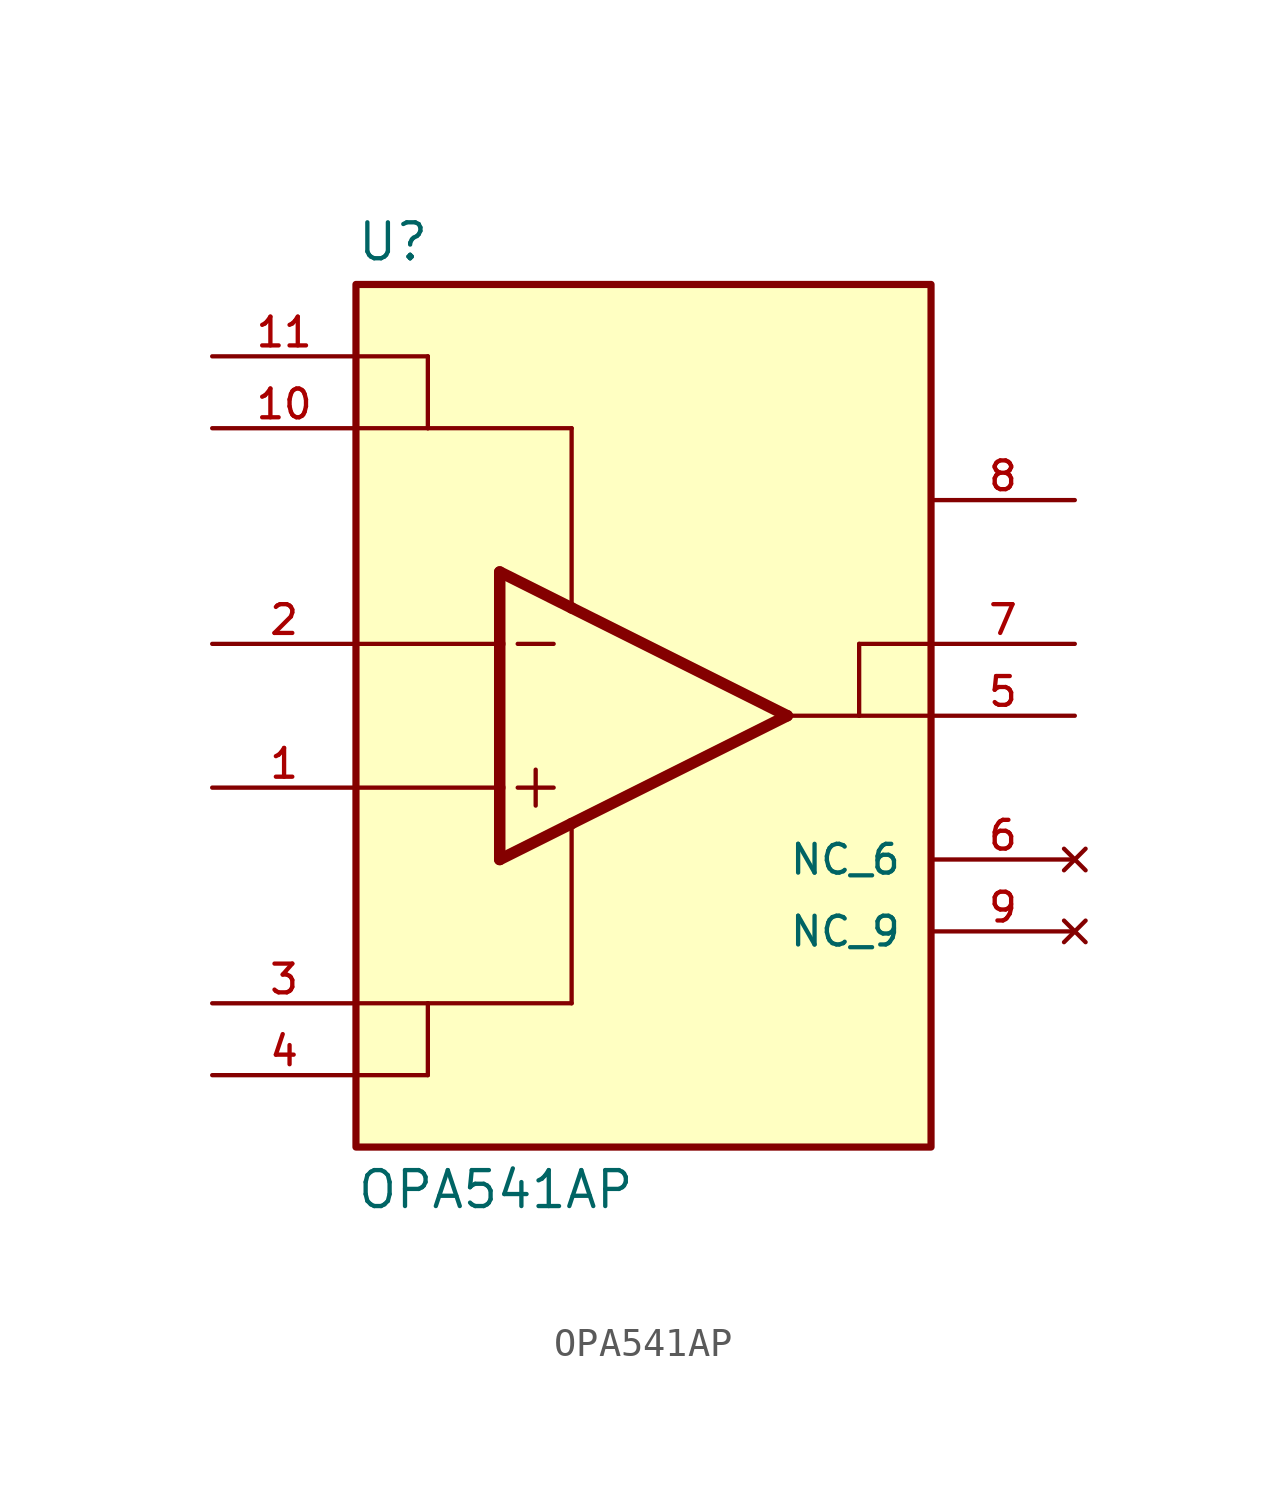
<source format=kicad_sym>
(kicad_symbol_lib
  (version 20211014)
  (generator kicad_symbol_editor)
  (symbol "OPA541AP"
    (pin_names
      (offset 1.016))
    (property "Reference" "U"
      (at -10.16 16.002 0)
      (effects (font (size 1.27 1.27)) (justify bottom left)))
    (property "Value" "OPA541AP"
      (at -10.16 -16.002 0)
      (effects (font (size 1.27 1.27)) (justify top left)))
    (symbol "OPA541AP_0_0"
      (polyline (pts (xy -5.08 5.08) (xy -5.08 2.54)) (stroke (width 0.406)))
      (polyline (pts (xy -5.08 2.54) (xy -5.08 -2.54)) (stroke (width 0.406)))
      (polyline (pts (xy -5.08 -2.54) (xy -5.08 -5.08)) (stroke (width 0.406)))
      (polyline (pts (xy -5.08 -5.08) (xy -2.54 -3.81)) (stroke (width 0.406)))
      (polyline (pts (xy -2.54 -3.81) (xy 5.08 0.0)) (stroke (width 0.406)))
      (polyline (pts (xy 5.08 0.0) (xy -2.54 3.81)) (stroke (width 0.406)))
      (polyline (pts (xy -2.54 3.81) (xy -5.08 5.08)) (stroke (width 0.406)))
      (polyline (pts (xy -4.445 2.54) (xy -3.175 2.54)) (stroke (width 0.152)))
      (polyline (pts (xy -4.445 -2.54) (xy -3.175 -2.54)) (stroke (width 0.152)))
      (polyline (pts (xy -3.81 -1.905) (xy -3.81 -3.175)) (stroke (width 0.152)))
      (polyline (pts (xy -10.16 2.54) (xy -5.08 2.54)) (stroke (width 0.152)))
      (polyline (pts (xy -10.16 -2.54) (xy -5.08 -2.54)) (stroke (width 0.152)))
      (polyline (pts (xy -10.16 12.7) (xy -7.62 12.7)) (stroke (width 0.152)))
      (polyline (pts (xy -2.54 10.16) (xy -2.54 3.81)) (stroke (width 0.152)))
      (polyline (pts (xy -10.16 -12.7) (xy -7.62 -12.7)) (stroke (width 0.152)))
      (polyline (pts (xy -2.54 -10.16) (xy -2.54 -3.81)) (stroke (width 0.152)))
      (polyline (pts (xy 5.08 0.0) (xy 7.62 0.0)) (stroke (width 0.152)))
      (polyline (pts (xy 7.62 0.0) (xy 10.16 0.0)) (stroke (width 0.152)))
      (polyline (pts (xy 10.16 2.54) (xy 7.62 2.54)) (stroke (width 0.152)))
      (polyline (pts (xy 7.62 2.54) (xy 7.62 0.0)) (stroke (width 0.152)))
      (polyline (pts (xy -10.16 10.16) (xy -7.62 10.16)) (stroke (width 0.152)))
      (polyline (pts (xy -10.16 -10.16) (xy -7.62 -10.16)) (stroke (width 0.152)))
      (polyline (pts (xy -7.62 -12.7) (xy -7.62 -10.16)) (stroke (width 0.152)))
      (polyline (pts (xy -7.62 -10.16) (xy -2.54 -10.16)) (stroke (width 0.152)))
      (polyline (pts (xy -7.62 12.7) (xy -7.62 10.16)) (stroke (width 0.152)))
      (polyline (pts (xy -7.62 10.16) (xy -2.54 10.16)) (stroke (width 0.152)))
      (rectangle (start -10.16 -15.24) (end 10.16 15.24) (stroke (width 0.254)) (fill (type background)))
      (pin input line (at -15.24 -2.54 0) (length 5.08) (name "~" (effects (font (size 1.016 1.016)))) (number "1" (effects (font (size 1.016 1.016)))))
      (pin input line (at -15.24 2.54 0) (length 5.08) (name "~" (effects (font (size 1.016 1.016)))) (number "2" (effects (font (size 1.016 1.016)))))
      (pin output line (at 15.24 0.0 180.0) (length 5.08) (name "~" (effects (font (size 1.016 1.016)))) (number "5" (effects (font (size 1.016 1.016)))))
      (pin power_in line (at -15.24 12.7 0) (length 5.08) (name "~" (effects (font (size 1.016 1.016)))) (number "11" (effects (font (size 1.016 1.016)))))
      (pin power_in line (at -15.24 -12.7 0) (length 5.08) (name "~" (effects (font (size 1.016 1.016)))) (number "4" (effects (font (size 1.016 1.016)))))
      (pin input line (at 15.24 7.62 180.0) (length 5.08) (name "~" (effects (font (size 1.016 1.016)))) (number "8" (effects (font (size 1.016 1.016)))))
      (pin no_connect line (at 15.24 -5.08 180.0) (length 5.08) (name "NC_6" (effects (font (size 1.016 1.016)))) (number "6" (effects (font (size 1.016 1.016)))))
      (pin power_in line (at -15.24 10.16 0) (length 5.08) (name "~" (effects (font (size 1.016 1.016)))) (number "10" (effects (font (size 1.016 1.016)))))
      (pin power_in line (at -15.24 -10.16 0) (length 5.08) (name "~" (effects (font (size 1.016 1.016)))) (number "3" (effects (font (size 1.016 1.016)))))
      (pin output line (at 15.24 2.54 180.0) (length 5.08) (name "~" (effects (font (size 1.016 1.016)))) (number "7" (effects (font (size 1.016 1.016)))))
      (pin no_connect line (at 15.24 -7.62 180.0) (length 5.08) (name "NC_9" (effects (font (size 1.016 1.016)))) (number "9" (effects (font (size 1.016 1.016))))))))
</source>
